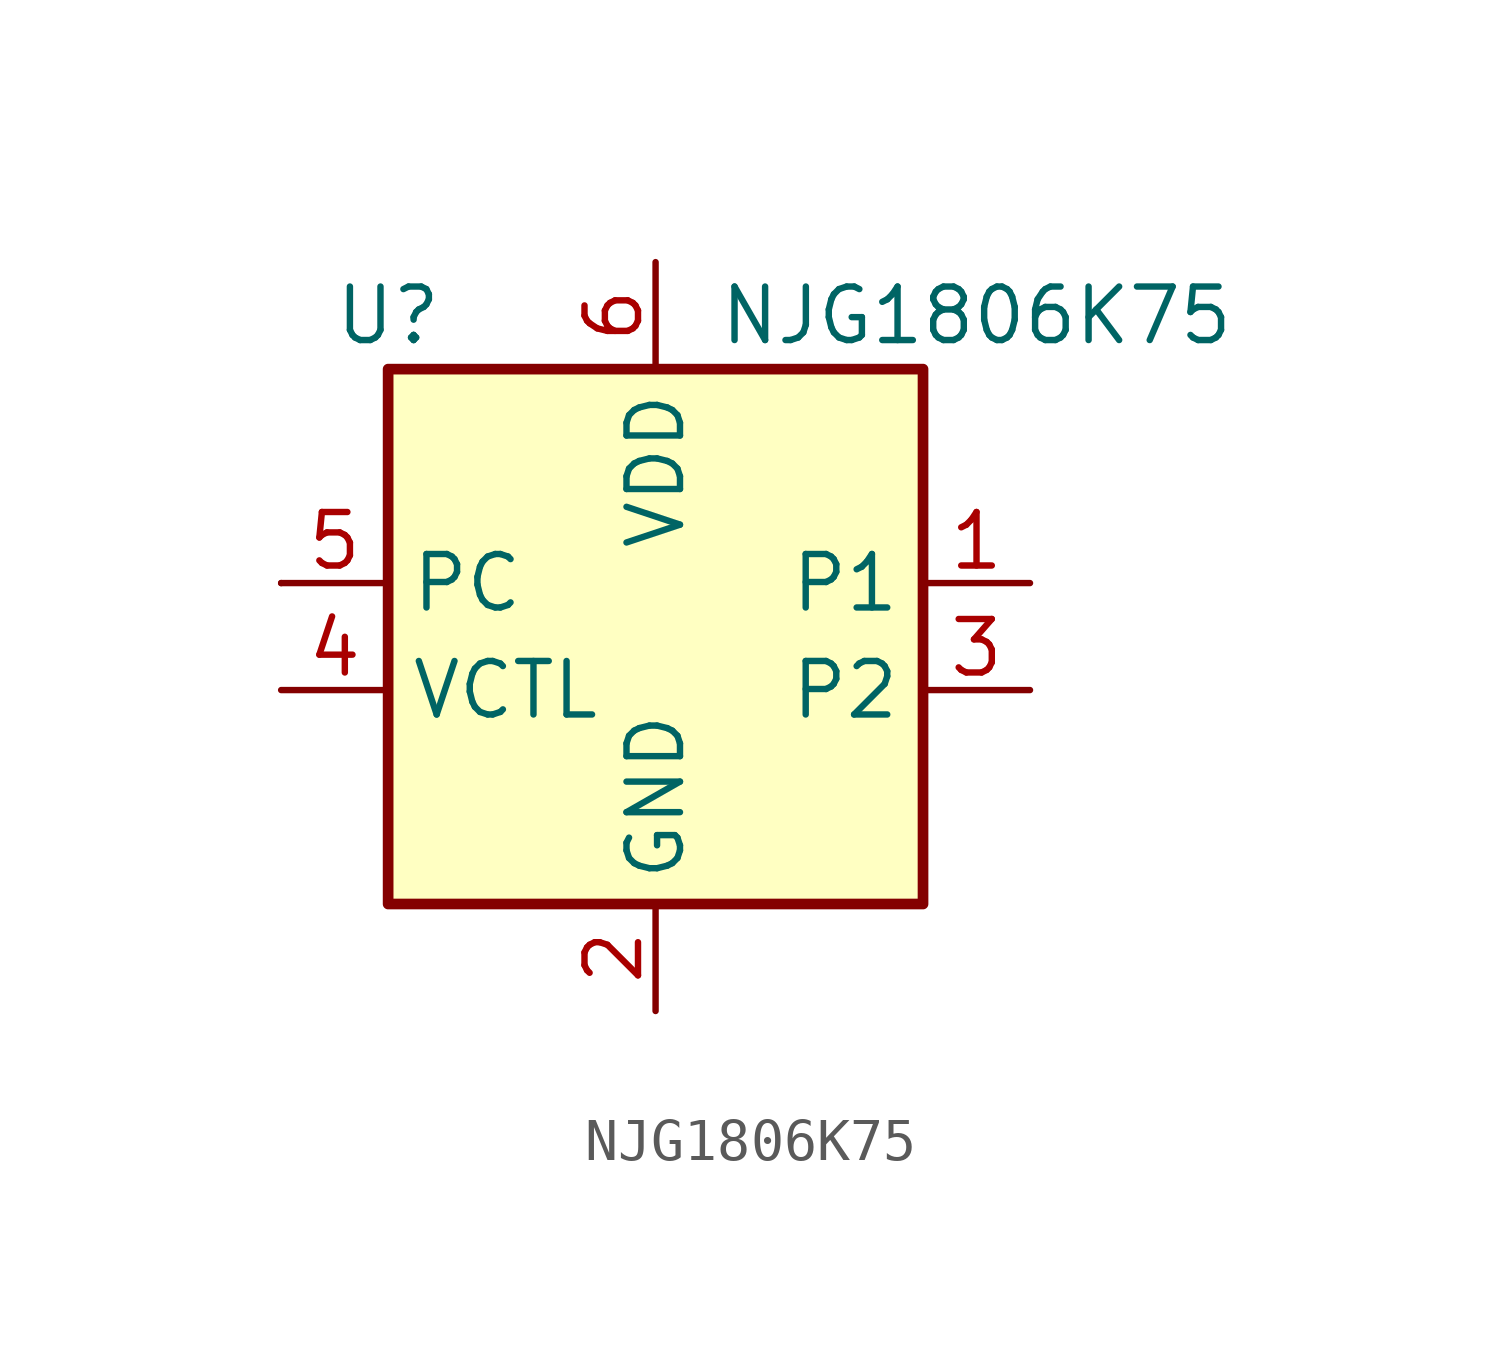
<source format=kicad_sym>
(kicad_symbol_lib
  (version 20211014)
  (generator kicad_symbol_editor)
  (symbol "NJG1806K75"
    (property "Reference" "U"
      (at -6.35 7.62 0)
      (effects (font (size 1.27 1.27))))
    (property "Value" "NJG1806K75"
      (at 7.62 7.62 0)
      (effects (font (size 1.27 1.27))))
    (symbol "NJG1806K75_0_1"
      (rectangle (start -8.89 1.27) (end -8.89 1.27) (stroke (width 0) (type default) (color 0 0 0 0)) (fill (type none)))
      (rectangle (start -6.35 6.35) (end 6.35 -6.35) (stroke (width 0.254) (type default) (color 0 0 0 0)) (fill (type background))))
    (symbol "NJG1806K75_1_1"
      (pin bidirectional line (at 8.89 1.27 180) (length 2.54) (name "P1" (effects (font (size 1.27 1.27)))) (number "1" (effects (font (size 1.27 1.27)))))
      (pin power_in line (at 0 -8.89 90) (length 2.54) (name "GND" (effects (font (size 1.27 1.27)))) (number "2" (effects (font (size 1.27 1.27)))))
      (pin bidirectional line (at 8.89 -1.27 180) (length 2.54) (name "P2" (effects (font (size 1.27 1.27)))) (number "3" (effects (font (size 1.27 1.27)))))
      (pin input line (at -8.89 -1.27 0) (length 2.54) (name "VCTL" (effects (font (size 1.27 1.27)))) (number "4" (effects (font (size 1.27 1.27)))))
      (pin bidirectional line (at -8.89 1.27 0) (length 2.54) (name "PC" (effects (font (size 1.27 1.27)))) (number "5" (effects (font (size 1.27 1.27)))))
      (pin power_in line (at 0 8.89 270) (length 2.54) (name "VDD" (effects (font (size 1.27 1.27)))) (number "6" (effects (font (size 1.27 1.27))))))))
</source>
